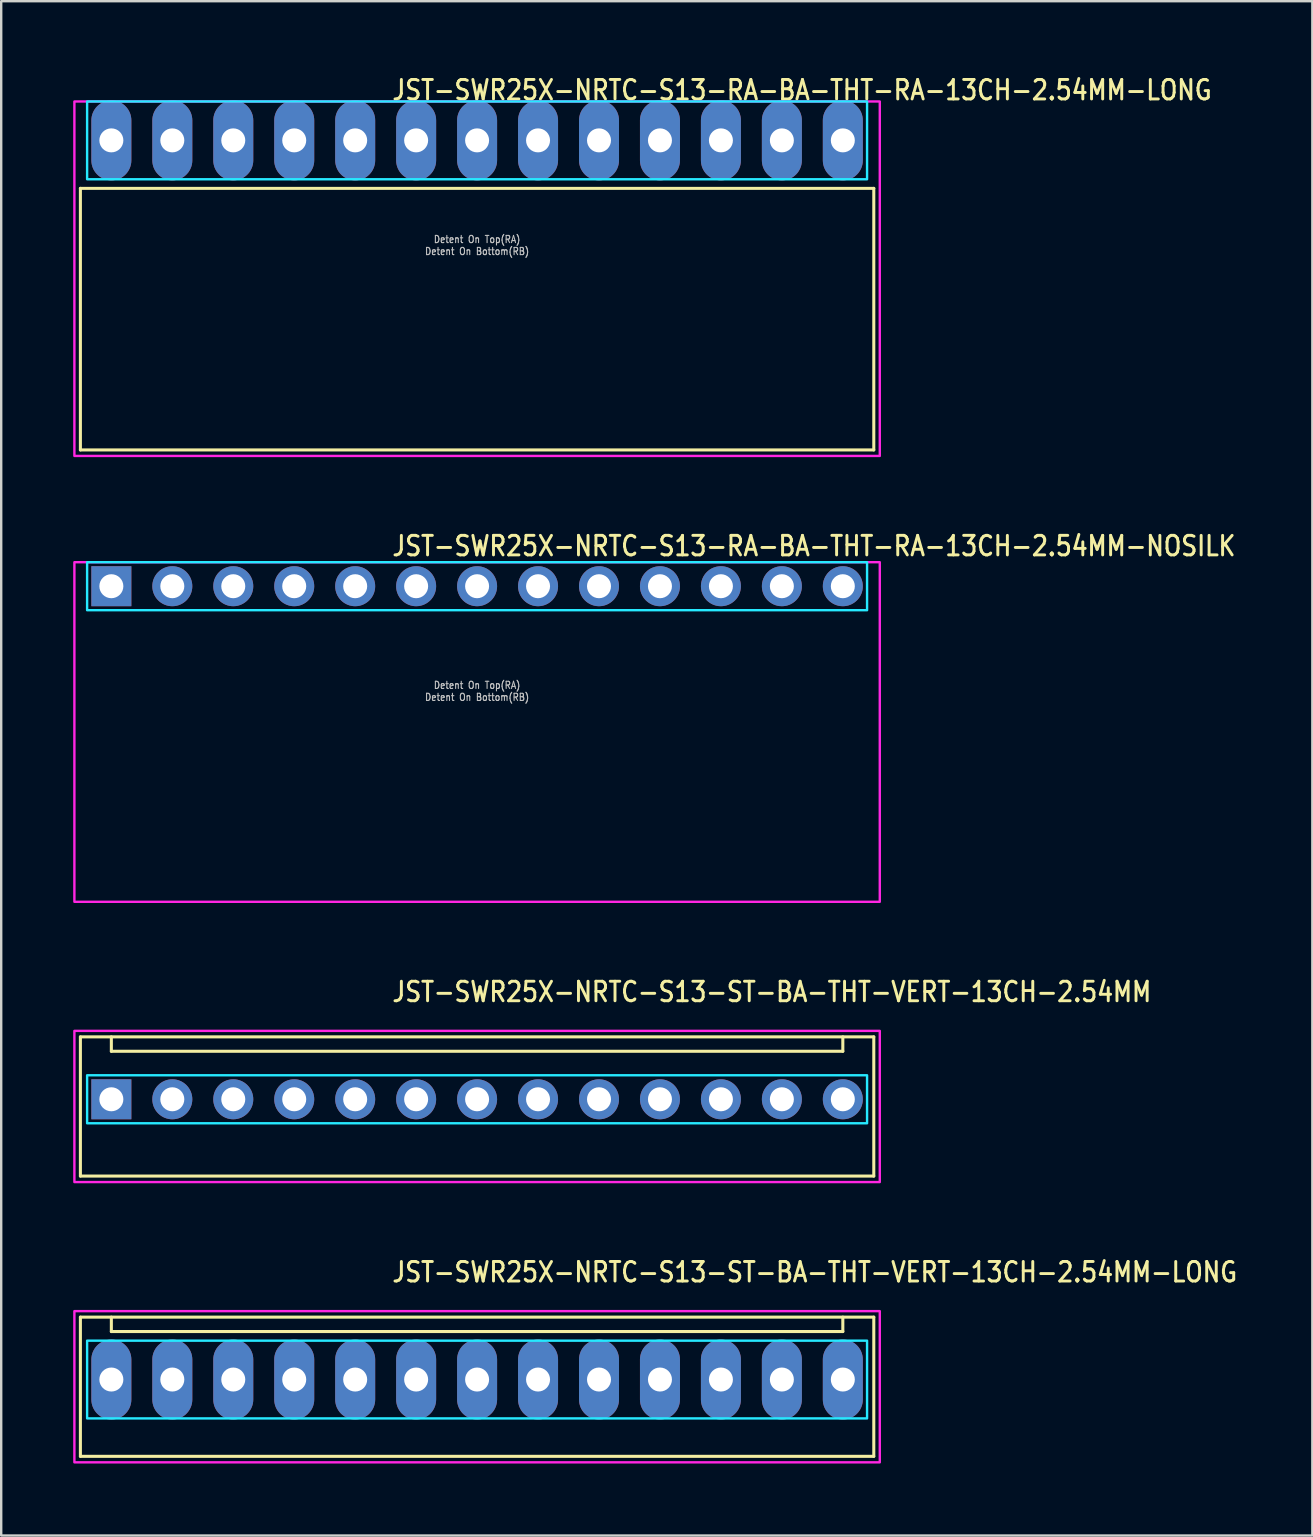
<source format=kicad_pcb>
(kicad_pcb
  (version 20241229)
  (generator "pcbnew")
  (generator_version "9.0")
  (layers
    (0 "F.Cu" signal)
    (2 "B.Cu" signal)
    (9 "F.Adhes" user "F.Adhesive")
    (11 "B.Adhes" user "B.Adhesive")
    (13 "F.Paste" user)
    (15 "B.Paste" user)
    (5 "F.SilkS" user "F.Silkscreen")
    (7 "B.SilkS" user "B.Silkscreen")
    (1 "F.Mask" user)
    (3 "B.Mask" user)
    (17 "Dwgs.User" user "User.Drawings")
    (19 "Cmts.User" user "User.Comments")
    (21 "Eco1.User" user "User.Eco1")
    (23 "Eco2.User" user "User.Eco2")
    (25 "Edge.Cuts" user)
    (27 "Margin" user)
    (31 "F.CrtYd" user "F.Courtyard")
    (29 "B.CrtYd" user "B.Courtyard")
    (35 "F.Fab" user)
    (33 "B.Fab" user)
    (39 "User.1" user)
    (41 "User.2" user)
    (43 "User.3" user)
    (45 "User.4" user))
  (footprint "JST-SWR25X-NRTC-S13-ST-BA-THT-VERT-13CH-2.54MM"
    (layer "F.Cu")
    (at 16.83 42.756)
    (property "Reference" "JST-SWR25X-NRTC-S13-ST-BA-THT-VERT-13CH-2.54MM" (at -3.6 -4 0) (unlocked yes) (layer "F.SilkS") (effects (font (size 0.813 0.695) (thickness 0.122)) (justify left bottom)))
    (fp_line (start -16.53 -2.6) (end 16.53 -2.6) (stroke (width 0.127) (type solid)) (layer "F.SilkS"))
    (fp_line (start -16.53 3.2) (end -16.53 -2.6) (stroke (width 0.127) (type solid)) (layer "F.SilkS"))
    (fp_line (start -16.53 3.2) (end 16.53 3.2) (stroke (width 0.127) (type solid)) (layer "F.SilkS"))
    (fp_line (start -15.24 -2.6) (end -15.24 -2) (stroke (width 0.127) (type solid)) (layer "F.SilkS"))
    (fp_line (start -15.24 -2) (end 15.24 -2) (stroke (width 0.127) (type solid)) (layer "F.SilkS"))
    (fp_line (start 15.24 -2.6) (end 15.24 -2) (stroke (width 0.127) (type solid)) (layer "F.SilkS"))
    (fp_line (start 16.53 -2.6) (end 16.53 3.2) (stroke (width 0.127) (type solid)) (layer "F.SilkS"))
    (fp_poly (pts (xy -16.25 -1) (xy -16.25 1) (xy 16.25 1) (xy 16.25 -1)) (stroke (width 0.1) (type solid)) (fill no) (layer "B.CrtYd"))
    (fp_poly (pts (xy -16.78 -2.85) (xy -16.78 3.45) (xy 16.78 3.45) (xy 16.78 -2.85)) (stroke (width 0.1) (type solid)) (fill no) (layer "F.CrtYd"))
    (pad "1" thru_hole rect (at -15.24 0) (size 1.667 1.667) (drill 1) (layers "*.Cu" "*.Mask"))
    (pad "2" thru_hole oval (at -12.7 0) (size 1.667 1.667) (drill 1) (layers "*.Cu" "*.Mask"))
    (pad "3" thru_hole oval (at -10.16 0) (size 1.667 1.667) (drill 1) (layers "*.Cu" "*.Mask"))
    (pad "4" thru_hole oval (at -7.62 0) (size 1.667 1.667) (drill 1) (layers "*.Cu" "*.Mask"))
    (pad "5" thru_hole oval (at -5.08 0) (size 1.667 1.667) (drill 1) (layers "*.Cu" "*.Mask"))
    (pad "6" thru_hole oval (at -2.54 0) (size 1.667 1.667) (drill 1) (layers "*.Cu" "*.Mask"))
    (pad "7" thru_hole oval (at 0 0) (size 1.667 1.667) (drill 1) (layers "*.Cu" "*.Mask"))
    (pad "8" thru_hole oval (at 2.54 0) (size 1.667 1.667) (drill 1) (layers "*.Cu" "*.Mask"))
    (pad "9" thru_hole oval (at 5.08 0) (size 1.667 1.667) (drill 1) (layers "*.Cu" "*.Mask"))
    (pad "10" thru_hole oval (at 7.62 0) (size 1.667 1.667) (drill 1) (layers "*.Cu" "*.Mask"))
    (pad "11" thru_hole oval (at 10.16 0) (size 1.667 1.667) (drill 1) (layers "*.Cu" "*.Mask"))
    (pad "12" thru_hole oval (at 12.7 0) (size 1.667 1.667) (drill 1) (layers "*.Cu" "*.Mask"))
    (pad "13" thru_hole oval (at 15.24 0) (size 1.667 1.667) (drill 1) (layers "*.Cu" "*.Mask")))
  (footprint "JST-SWR25X-NRTC-S13-RA-BA-THT-RA-13CH-2.54MM-LONG"
    (layer "F.Cu")
    (at 16.83 2.799)
    (property "Reference" "JST-SWR25X-NRTC-S13-RA-BA-THT-RA-13CH-2.54MM-LONG" (at -3.6 -1.62 0) (unlocked yes) (layer "F.SilkS") (effects (font (size 0.813 0.695) (thickness 0.122)) (justify left bottom)))
    (fp_line (start -16.53 2) (end 16.53 2) (stroke (width 0.127) (type solid)) (layer "F.SilkS"))
    (fp_line (start -16.53 12.9) (end -16.53 2) (stroke (width 0.127) (type solid)) (layer "F.SilkS"))
    (fp_line (start -16.53 12.9) (end 16.53 12.9) (stroke (width 0.127) (type solid)) (layer "F.SilkS"))
    (fp_line (start 16.53 2) (end 16.53 12.9) (stroke (width 0.127) (type solid)) (layer "F.SilkS"))
    (fp_poly (pts (xy -16.25 -1.62) (xy -16.25 1.62) (xy 16.25 1.62) (xy 16.25 -1.62)) (stroke (width 0.1) (type solid)) (fill no) (layer "B.CrtYd"))
    (fp_poly (pts (xy -16.78 -1.62) (xy -16.78 13.15) (xy 16.78 13.15) (xy 16.78 -1.62)) (stroke (width 0.1) (type solid)) (fill no) (layer "F.CrtYd"))
    (fp_text user "Detent On Bottom(RB)" (at 0 4.8 0) (unlocked yes) (layer "Dwgs.User") (effects (font (size 0.3 0.257) (thickness 0.045)) (justify bottom)))
    (fp_text user "Detent On Top(RA)" (at 0 4.3 0) (unlocked yes) (layer "Dwgs.User") (effects (font (size 0.3 0.257) (thickness 0.045)) (justify bottom)))
    (pad "1" thru_hole oval (at -15.24 0 90) (size 3.333 1.667) (drill 1) (layers "*.Cu" "*.Mask"))
    (pad "2" thru_hole oval (at -12.7 0 90) (size 3.333 1.667) (drill 1) (layers "*.Cu" "*.Mask"))
    (pad "3" thru_hole oval (at -10.16 0 90) (size 3.333 1.667) (drill 1) (layers "*.Cu" "*.Mask"))
    (pad "4" thru_hole oval (at -7.62 0 90) (size 3.333 1.667) (drill 1) (layers "*.Cu" "*.Mask"))
    (pad "5" thru_hole oval (at -5.08 0 90) (size 3.333 1.667) (drill 1) (layers "*.Cu" "*.Mask"))
    (pad "6" thru_hole oval (at -2.54 0 90) (size 3.333 1.667) (drill 1) (layers "*.Cu" "*.Mask"))
    (pad "7" thru_hole oval (at 0 0 90) (size 3.333 1.667) (drill 1) (layers "*.Cu" "*.Mask"))
    (pad "8" thru_hole oval (at 2.54 0 90) (size 3.333 1.667) (drill 1) (layers "*.Cu" "*.Mask"))
    (pad "9" thru_hole oval (at 5.08 0 90) (size 3.333 1.667) (drill 1) (layers "*.Cu" "*.Mask"))
    (pad "10" thru_hole oval (at 7.62 0 90) (size 3.333 1.667) (drill 1) (layers "*.Cu" "*.Mask"))
    (pad "11" thru_hole oval (at 10.16 0 90) (size 3.333 1.667) (drill 1) (layers "*.Cu" "*.Mask"))
    (pad "12" thru_hole oval (at 12.7 0 90) (size 3.333 1.667) (drill 1) (layers "*.Cu" "*.Mask"))
    (pad "13" thru_hole oval (at 15.24 0 90) (size 3.333 1.667) (drill 1) (layers "*.Cu" "*.Mask")))
  (footprint "JST-SWR25X-NRTC-S13-RA-BA-THT-RA-13CH-2.54MM-NOSILK"
    (layer "F.Cu")
    (at 16.83 21.377)
    (property "Reference" "JST-SWR25X-NRTC-S13-RA-BA-THT-RA-13CH-2.54MM-NOSILK" (at -3.6 -1.2 0) (unlocked yes) (layer "F.SilkS") (effects (font (size 0.813 0.695) (thickness 0.122)) (justify left bottom)))
    (fp_poly (pts (xy -16.25 -1) (xy -16.25 1) (xy 16.25 1) (xy 16.25 -1)) (stroke (width 0.1) (type solid)) (fill no) (layer "B.CrtYd"))
    (fp_poly (pts (xy -16.78 -1) (xy -16.78 13.15) (xy 16.78 13.15) (xy 16.78 -1)) (stroke (width 0.1) (type solid)) (fill no) (layer "F.CrtYd"))
    (fp_text user "Detent On Top(RA)" (at 0 4.3 0) (unlocked yes) (layer "Dwgs.User") (effects (font (size 0.3 0.257) (thickness 0.045)) (justify bottom)))
    (fp_text user "Detent On Bottom(RB)" (at 0 4.8 0) (unlocked yes) (layer "Dwgs.User") (effects (font (size 0.3 0.257) (thickness 0.045)) (justify bottom)))
    (pad "1" thru_hole rect (at -15.24 0) (size 1.667 1.667) (drill 1) (layers "*.Cu" "*.Mask"))
    (pad "2" thru_hole oval (at -12.7 0) (size 1.667 1.667) (drill 1) (layers "*.Cu" "*.Mask"))
    (pad "3" thru_hole oval (at -10.16 0) (size 1.667 1.667) (drill 1) (layers "*.Cu" "*.Mask"))
    (pad "4" thru_hole oval (at -7.62 0) (size 1.667 1.667) (drill 1) (layers "*.Cu" "*.Mask"))
    (pad "5" thru_hole oval (at -5.08 0) (size 1.667 1.667) (drill 1) (layers "*.Cu" "*.Mask"))
    (pad "6" thru_hole oval (at -2.54 0) (size 1.667 1.667) (drill 1) (layers "*.Cu" "*.Mask"))
    (pad "7" thru_hole oval (at 0 0) (size 1.667 1.667) (drill 1) (layers "*.Cu" "*.Mask"))
    (pad "8" thru_hole oval (at 2.54 0) (size 1.667 1.667) (drill 1) (layers "*.Cu" "*.Mask"))
    (pad "9" thru_hole oval (at 5.08 0) (size 1.667 1.667) (drill 1) (layers "*.Cu" "*.Mask"))
    (pad "10" thru_hole oval (at 7.62 0) (size 1.667 1.667) (drill 1) (layers "*.Cu" "*.Mask"))
    (pad "11" thru_hole oval (at 10.16 0) (size 1.667 1.667) (drill 1) (layers "*.Cu" "*.Mask"))
    (pad "12" thru_hole oval (at 12.7 0) (size 1.667 1.667) (drill 1) (layers "*.Cu" "*.Mask"))
    (pad "13" thru_hole oval (at 15.24 0) (size 1.667 1.667) (drill 1) (layers "*.Cu" "*.Mask")))
  (footprint "JST-SWR25X-NRTC-S13-ST-BA-THT-VERT-13CH-2.54MM-LONG"
    (layer "F.Cu")
    (at 16.83 54.434)
    (property "Reference" "JST-SWR25X-NRTC-S13-ST-BA-THT-VERT-13CH-2.54MM-LONG" (at -3.6 -4 0) (unlocked yes) (layer "F.SilkS") (effects (font (size 0.813 0.695) (thickness 0.122)) (justify left bottom)))
    (fp_line (start -16.53 -2.6) (end 16.53 -2.6) (stroke (width 0.127) (type solid)) (layer "F.SilkS"))
    (fp_line (start -16.53 3.2) (end -16.53 -2.6) (stroke (width 0.127) (type solid)) (layer "F.SilkS"))
    (fp_line (start -16.53 3.2) (end 16.53 3.2) (stroke (width 0.127) (type solid)) (layer "F.SilkS"))
    (fp_line (start -15.24 -2.6) (end -15.24 -2) (stroke (width 0.127) (type solid)) (layer "F.SilkS"))
    (fp_line (start -15.24 -2) (end 15.24 -2) (stroke (width 0.127) (type solid)) (layer "F.SilkS"))
    (fp_line (start 15.24 -2.6) (end 15.24 -2) (stroke (width 0.127) (type solid)) (layer "F.SilkS"))
    (fp_line (start 16.53 -2.6) (end 16.53 3.2) (stroke (width 0.127) (type solid)) (layer "F.SilkS"))
    (fp_poly (pts (xy -16.25 -1.62) (xy -16.25 1.62) (xy 16.25 1.62) (xy 16.25 -1.62)) (stroke (width 0.1) (type solid)) (fill no) (layer "B.CrtYd"))
    (fp_poly (pts (xy -16.78 -2.85) (xy -16.78 3.45) (xy 16.78 3.45) (xy 16.78 -2.85)) (stroke (width 0.1) (type solid)) (fill no) (layer "F.CrtYd"))
    (pad "1" thru_hole oval (at -15.24 0 90) (size 3.333 1.667) (drill 1) (layers "*.Cu" "*.Mask"))
    (pad "2" thru_hole oval (at -12.7 0 90) (size 3.333 1.667) (drill 1) (layers "*.Cu" "*.Mask"))
    (pad "3" thru_hole oval (at -10.16 0 90) (size 3.333 1.667) (drill 1) (layers "*.Cu" "*.Mask"))
    (pad "4" thru_hole oval (at -7.62 0 90) (size 3.333 1.667) (drill 1) (layers "*.Cu" "*.Mask"))
    (pad "5" thru_hole oval (at -5.08 0 90) (size 3.333 1.667) (drill 1) (layers "*.Cu" "*.Mask"))
    (pad "6" thru_hole oval (at -2.54 0 90) (size 3.333 1.667) (drill 1) (layers "*.Cu" "*.Mask"))
    (pad "7" thru_hole oval (at 0 0 90) (size 3.333 1.667) (drill 1) (layers "*.Cu" "*.Mask"))
    (pad "8" thru_hole oval (at 2.54 0 90) (size 3.333 1.667) (drill 1) (layers "*.Cu" "*.Mask"))
    (pad "9" thru_hole oval (at 5.08 0 90) (size 3.333 1.667) (drill 1) (layers "*.Cu" "*.Mask"))
    (pad "10" thru_hole oval (at 7.62 0 90) (size 3.333 1.667) (drill 1) (layers "*.Cu" "*.Mask"))
    (pad "11" thru_hole oval (at 10.16 0 90) (size 3.333 1.667) (drill 1) (layers "*.Cu" "*.Mask"))
    (pad "12" thru_hole oval (at 12.7 0 90) (size 3.333 1.667) (drill 1) (layers "*.Cu" "*.Mask"))
    (pad "13" thru_hole oval (at 15.24 0 90) (size 3.333 1.667) (drill 1) (layers "*.Cu" "*.Mask")))
  (gr_rect
    (start -3 -3)
    (end 51.634 60.934)
    (stroke (width 0.1) (type default))
    (fill no)
    (layer "Edge.Cuts")))
</source>
